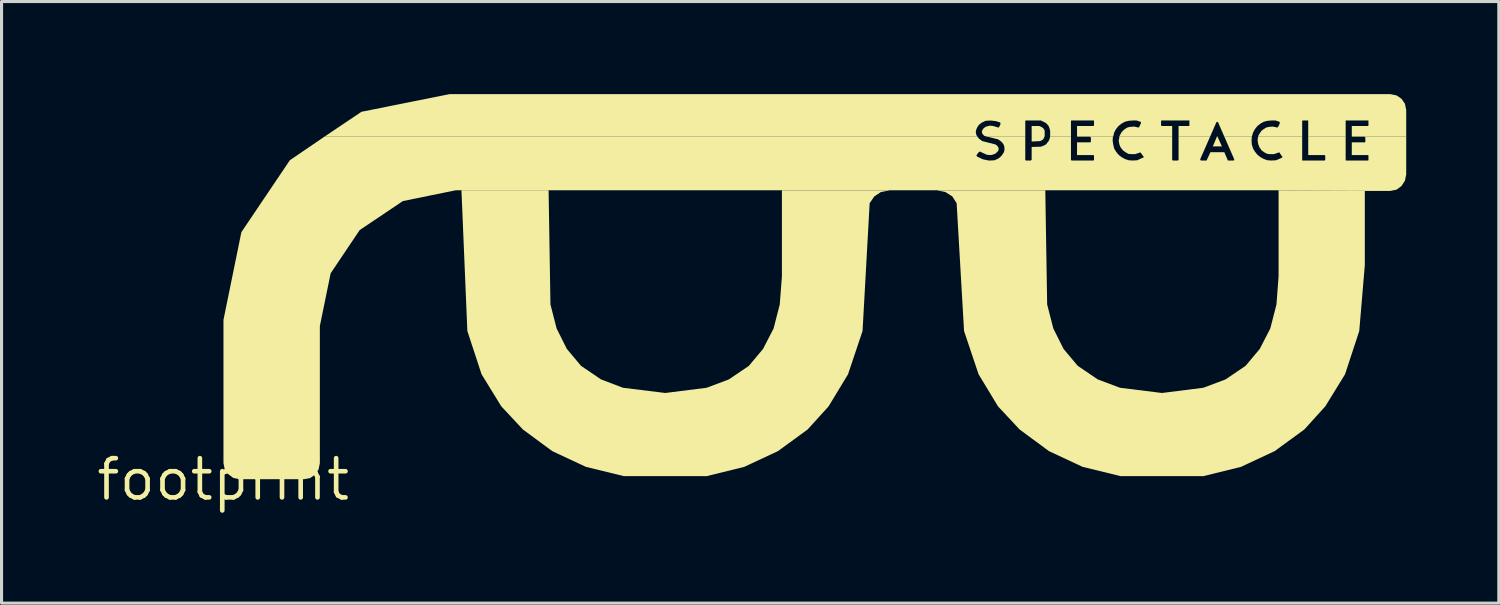
<source format=kicad_pcb>
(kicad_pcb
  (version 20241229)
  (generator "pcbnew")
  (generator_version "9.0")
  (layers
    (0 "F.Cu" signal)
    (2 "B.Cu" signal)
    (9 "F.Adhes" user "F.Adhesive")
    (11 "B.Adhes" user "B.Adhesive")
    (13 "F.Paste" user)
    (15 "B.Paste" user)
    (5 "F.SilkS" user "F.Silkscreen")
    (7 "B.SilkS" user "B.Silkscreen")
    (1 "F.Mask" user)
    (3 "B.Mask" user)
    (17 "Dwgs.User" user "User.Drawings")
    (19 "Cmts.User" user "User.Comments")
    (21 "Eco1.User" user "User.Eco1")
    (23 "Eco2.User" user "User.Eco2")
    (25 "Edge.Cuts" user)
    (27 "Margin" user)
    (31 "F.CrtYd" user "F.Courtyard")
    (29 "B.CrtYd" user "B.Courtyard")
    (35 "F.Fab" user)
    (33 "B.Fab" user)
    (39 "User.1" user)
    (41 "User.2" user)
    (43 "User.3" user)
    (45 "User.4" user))
  (footprint "footprint"
    (layer "F.Cu")
    (at 4.18 12.482)
    (property "Reference" "footprint" (at 0 0 0) (layer "F.SilkS") (effects (font (size 1.27 1.27) (thickness 0.15))))
    (fp_poly (pts (xy 32.212 -11.108) (xy 32.188 -11.108) (xy 32.2 -11.133)) (stroke (width 0) (type solid)) (fill yes) (layer "F.SilkS"))
    (fp_poly (pts (xy 32.352 -10.789) (xy 32.058 -10.789) (xy 32.189 -11.101) (xy 32.211 -11.101)) (stroke (width 0) (type solid)) (fill yes) (layer "F.SilkS"))
    (fp_poly (pts (xy 26.481 -11.431) (xy 26.521 -11.411) (xy 26.561 -11.381) (xy 26.591 -11.341) (xy 26.611 -11.29) (xy 26.611 -11.108) (xy 26.601 -11.108) (xy 26.591 -11.069) (xy 26.561 -11.019) (xy 26.521 -10.989) (xy 26.48 -10.969) (xy 26.43 -10.959) (xy 26.189 -10.948) (xy 26.189 -11.451) (xy 26.43 -11.451)) (stroke (width 0) (type solid)) (fill yes) (layer "F.SilkS"))
    (fp_poly (pts (xy 10.601 -5.67) (xy 10.801 -4.891) (xy 11.131 -4.231) (xy 11.591 -3.681) (xy 12.241 -3.241) (xy 12.95 -2.971) (xy 14.32 -2.802) (xy 15.66 -2.971) (xy 16.379 -3.241) (xy 17.029 -3.681) (xy 17.489 -4.231) (xy 17.829 -4.891) (xy 18.029 -5.67) (xy 18.099 -6.58) (xy 18.099 -9.361) (xy 21.555 -9.361) (xy 21.301 -9.309) (xy 21.091 -9.169) (xy 20.941 -8.95) (xy 20.711 -4.81) (xy 20.241 -3.409) (xy 19.611 -2.369) (xy 18.931 -1.619) (xy 17.971 -0.919) (xy 16.881 -0.409) (xy 15.66 -0.108) (xy 12.98 -0.108) (xy 11.749 -0.409) (xy 10.659 -0.919) (xy 9.709 -1.619) (xy 9.009 -2.369) (xy 8.369 -3.409) (xy 7.909 -4.81) (xy 7.718 -9.371) (xy 10.541 -9.371)) (stroke (width 0) (type solid)) (fill yes) (layer "F.SilkS"))
    (fp_poly (pts (xy 36.981 -9.351) (xy 36.981 -6.94) (xy 36.801 -4.81) (xy 36.341 -3.409) (xy 35.701 -2.369) (xy 35.021 -1.619) (xy 34.061 -0.919) (xy 32.971 -0.409) (xy 31.75 -0.108) (xy 29.07 -0.108) (xy 27.84 -0.409) (xy 26.749 -0.919) (xy 25.799 -1.619) (xy 25.099 -2.369) (xy 24.469 -3.409) (xy 23.999 -4.81) (xy 23.759 -8.95) (xy 23.619 -9.169) (xy 23.399 -9.309) (xy 23.156 -9.361) (xy 26.631 -9.361) (xy 26.691 -5.67) (xy 26.891 -4.891) (xy 27.221 -4.231) (xy 27.681 -3.681) (xy 28.331 -3.241) (xy 29.05 -2.971) (xy 30.41 -2.802) (xy 31.75 -2.971) (xy 32.469 -3.241) (xy 33.119 -3.681) (xy 33.579 -4.231) (xy 33.919 -4.891) (xy 34.119 -5.67) (xy 34.188 -6.58) (xy 34.188 -9.362)) (stroke (width 0) (type solid)) (fill yes) (layer "F.SilkS"))
    (fp_poly (pts (xy 38.011 -12.441) (xy 38.171 -12.331) (xy 38.281 -12.171) (xy 38.322 -11.97) (xy 38.322 -11.108) (xy 36.559 -11.108) (xy 36.559 -11.451) (xy 37.08 -11.451) (xy 37.099 -11.461) (xy 37.099 -11.629) (xy 36.361 -11.629) (xy 36.361 -11.108) (xy 35.148 -11.108) (xy 35.148 -11.629) (xy 34.961 -11.629) (xy 34.952 -11.61) (xy 34.952 -11.108) (xy 33.528 -11.108) (xy 33.539 -11.151) (xy 33.589 -11.231) (xy 33.639 -11.301) (xy 33.709 -11.351) (xy 33.789 -11.401) (xy 33.87 -11.421) (xy 34 -11.432) (xy 34.14 -11.402) (xy 34.149 -11.402) (xy 34.159 -11.412) (xy 34.169 -11.412) (xy 34.228 -11.54) (xy 34.228 -11.569) (xy 34.209 -11.589) (xy 34.09 -11.629) (xy 33.96 -11.629) (xy 33.83 -11.619) (xy 33.711 -11.589) (xy 33.601 -11.529) (xy 33.501 -11.449) (xy 33.421 -11.349) (xy 33.361 -11.239) (xy 33.321 -11.108) (xy 32.429 -11.108) (xy 32.229 -11.569) (xy 32.219 -11.579) (xy 32.2 -11.588) (xy 32.191 -11.579) (xy 32.171 -11.569) (xy 31.971 -11.108) (xy 30.948 -11.108) (xy 30.948 -11.451) (xy 31.28 -11.451) (xy 31.299 -11.461) (xy 31.299 -11.629) (xy 30.391 -11.629) (xy 30.381 -11.61) (xy 30.381 -11.471) (xy 30.401 -11.451) (xy 30.741 -11.451) (xy 30.741 -11.108) (xy 29.028 -11.108) (xy 29.049 -11.151) (xy 29.089 -11.231) (xy 29.149 -11.301) (xy 29.209 -11.351) (xy 29.289 -11.401) (xy 29.37 -11.421) (xy 29.51 -11.432) (xy 29.64 -11.402) (xy 29.65 -11.402) (xy 29.669 -11.411) (xy 29.729 -11.54) (xy 29.729 -11.579) (xy 29.709 -11.589) (xy 29.59 -11.629) (xy 29.47 -11.629) (xy 29.33 -11.619) (xy 29.211 -11.589) (xy 29.101 -11.529) (xy 29.001 -11.449) (xy 28.921 -11.349) (xy 28.861 -11.239) (xy 28.831 -11.108) (xy 27.659 -11.108) (xy 27.659 -11.451) (xy 28.189 -11.451) (xy 28.209 -11.471) (xy 28.209 -11.61) (xy 28.199 -11.629) (xy 27.471 -11.629) (xy 27.462 -11.61) (xy 27.462 -11.108) (xy 26.788 -11.108) (xy 26.788 -11.29) (xy 26.769 -11.37) (xy 26.739 -11.449) (xy 26.689 -11.509) (xy 26.649 -11.549) (xy 26.49 -11.629) (xy 25.991 -11.629) (xy 25.982 -11.61) (xy 25.982 -11.108) (xy 24.74 -11.108) (xy 24.659 -11.129) (xy 24.609 -11.179) (xy 24.578 -11.23) (xy 24.578 -11.28) (xy 24.599 -11.331) (xy 24.629 -11.371) (xy 24.679 -11.411) (xy 24.719 -11.431) (xy 24.83 -11.462) (xy 24.94 -11.451) (xy 25.1 -11.402) (xy 25.119 -11.402) (xy 25.139 -11.421) (xy 25.178 -11.51) (xy 25.178 -11.549) (xy 25.159 -11.569) (xy 25.03 -11.609) (xy 24.86 -11.628) (xy 24.7 -11.619) (xy 24.571 -11.559) (xy 24.481 -11.489) (xy 24.421 -11.399) (xy 24.401 -11.349) (xy 24.381 -11.29) (xy 24.381 -11.24) (xy 24.391 -11.19) (xy 24.411 -11.131) (xy 24.434 -11.108) (xy 3.285 -11.108) (xy 4.479 -11.911) (xy 7.33 -12.482) (xy 37.81 -12.482)) (stroke (width 0) (type solid)) (fill yes) (layer "F.SilkS"))
    (fp_poly (pts (xy 24.441 -11.091) (xy 24.481 -11.041) (xy 24.591 -10.961) (xy 25.021 -10.851) (xy 25.081 -10.801) (xy 25.111 -10.751) (xy 25.122 -10.7) (xy 25.101 -10.639) (xy 25.061 -10.599) (xy 25.021 -10.559) (xy 24.971 -10.539) (xy 24.92 -10.519) (xy 24.86 -10.508) (xy 24.74 -10.519) (xy 24.52 -10.618) (xy 24.491 -10.618) (xy 24.481 -10.609) (xy 24.411 -10.519) (xy 24.401 -10.5) (xy 24.401 -10.491) (xy 24.411 -10.481) (xy 24.421 -10.461) (xy 24.61 -10.371) (xy 24.8 -10.332) (xy 24.84 -10.332) (xy 24.99 -10.341) (xy 25.119 -10.401) (xy 25.209 -10.481) (xy 25.279 -10.581) (xy 25.299 -10.63) (xy 25.308 -10.68) (xy 25.308 -10.74) (xy 25.299 -10.8) (xy 25.279 -10.849) (xy 25.249 -10.899) (xy 25.209 -10.939) (xy 25.159 -10.979) (xy 25.099 -11.019) (xy 24.728 -11.111) (xy 25.982 -11.111) (xy 25.982 -10.351) (xy 26.001 -10.332) (xy 26.169 -10.332) (xy 26.169 -10.341) (xy 26.179 -10.351) (xy 26.189 -10.361) (xy 26.189 -10.771) (xy 26.49 -10.781) (xy 26.569 -10.811) (xy 26.649 -10.851) (xy 26.689 -10.901) (xy 26.739 -10.961) (xy 26.769 -11.03) (xy 26.789 -11.111) (xy 27.462 -11.111) (xy 27.462 -10.351) (xy 27.481 -10.332) (xy 28.189 -10.332) (xy 28.209 -10.351) (xy 28.209 -10.489) (xy 28.189 -10.508) (xy 27.659 -10.508) (xy 27.659 -10.921) (xy 28.099 -10.921) (xy 28.099 -10.941) (xy 28.108 -10.951) (xy 28.108 -11.07) (xy 28.099 -11.089) (xy 28.089 -11.099) (xy 28.076 -11.111) (xy 28.822 -11.111) (xy 28.812 -10.98) (xy 28.831 -10.85) (xy 28.861 -10.721) (xy 28.921 -10.621) (xy 29.001 -10.521) (xy 29.101 -10.441) (xy 29.211 -10.381) (xy 29.33 -10.341) (xy 29.47 -10.332) (xy 29.61 -10.341) (xy 29.828 -10.441) (xy 29.71 -10.598) (xy 29.691 -10.589) (xy 29.54 -10.539) (xy 29.41 -10.539) (xy 29.32 -10.549) (xy 29.249 -10.589) (xy 29.149 -10.659) (xy 29.069 -10.759) (xy 29.029 -10.86) (xy 29.008 -10.98) (xy 29.029 -11.07) (xy 29.029 -11.111) (xy 30.741 -11.111) (xy 30.741 -10.351) (xy 30.761 -10.332) (xy 30.929 -10.332) (xy 30.939 -10.341) (xy 30.939 -10.351) (xy 30.948 -10.361) (xy 30.948 -11.111) (xy 31.972 -11.111) (xy 31.651 -10.38) (xy 31.651 -10.36) (xy 31.661 -10.341) (xy 31.671 -10.332) (xy 31.849 -10.332) (xy 31.859 -10.341) (xy 31.979 -10.601) (xy 32.431 -10.601) (xy 32.541 -10.341) (xy 32.551 -10.332) (xy 32.73 -10.332) (xy 32.748 -10.341) (xy 32.748 -10.38) (xy 32.428 -11.111) (xy 33.322 -11.111) (xy 33.312 -10.98) (xy 33.321 -10.85) (xy 33.361 -10.721) (xy 33.421 -10.621) (xy 33.501 -10.521) (xy 33.601 -10.441) (xy 33.711 -10.381) (xy 33.83 -10.341) (xy 33.96 -10.332) (xy 34.11 -10.341) (xy 34.249 -10.401) (xy 34.318 -10.44) (xy 34.209 -10.598) (xy 34.181 -10.589) (xy 34.04 -10.539) (xy 33.9 -10.539) (xy 33.82 -10.549) (xy 33.739 -10.589) (xy 33.639 -10.659) (xy 33.569 -10.759) (xy 33.529 -10.86) (xy 33.508 -10.98) (xy 33.519 -11.07) (xy 33.529 -11.111) (xy 34.952 -11.111) (xy 34.952 -10.332) (xy 35.679 -10.332) (xy 35.699 -10.351) (xy 35.699 -10.489) (xy 35.679 -10.508) (xy 35.148 -10.508) (xy 35.148 -11.111) (xy 36.361 -11.111) (xy 36.361 -10.341) (xy 36.38 -10.332) (xy 37.08 -10.332) (xy 37.099 -10.341) (xy 37.099 -10.499) (xy 37.08 -10.508) (xy 36.559 -10.508) (xy 36.559 -10.921) (xy 36.989 -10.921) (xy 36.998 -10.94) (xy 36.998 -11.088) (xy 36.989 -11.088) (xy 36.979 -11.099) (xy 36.966 -11.111) (xy 38.322 -11.111) (xy 38.322 -9.88) (xy 38.281 -9.679) (xy 38.171 -9.509) (xy 38.011 -9.389) (xy 37.81 -9.348) (xy 36.98 -9.348) (xy 34.188 -9.359) (xy 34.188 -9.368) (xy 26.631 -9.368) (xy 26.631 -9.358) (xy 23.17 -9.358) (xy 23.14 -9.368) (xy 21.57 -9.368) (xy 21.54 -9.358) (xy 18.099 -9.358) (xy 18.099 -9.368) (xy 7.53 -9.368) (xy 5.821 -9.019) (xy 4.421 -8.079) (xy 3.481 -6.679) (xy 3.131 -4.97) (xy 3.131 -0.53) (xy 3.091 -0.329) (xy 2.991 -0.169) (xy 2.821 -0.049) (xy 2.62 -0.009) (xy 0.53 -0.009) (xy 0.329 -0.049) (xy 0.169 -0.169) (xy 0.049 -0.329) (xy 0.009 -0.53) (xy 0.009 -5.17) (xy 0.589 -8.011) (xy 2.159 -10.341) (xy 3.29 -11.111) (xy 24.431 -11.111)) (stroke (width 0) (type solid)) (fill yes) (layer "F.SilkS")))
  (gr_rect
    (start -3 -3)
    (end 45.502 16.488)
    (stroke (width 0.1) (type default))
    (fill no)
    (layer "Edge.Cuts")))
</source>
